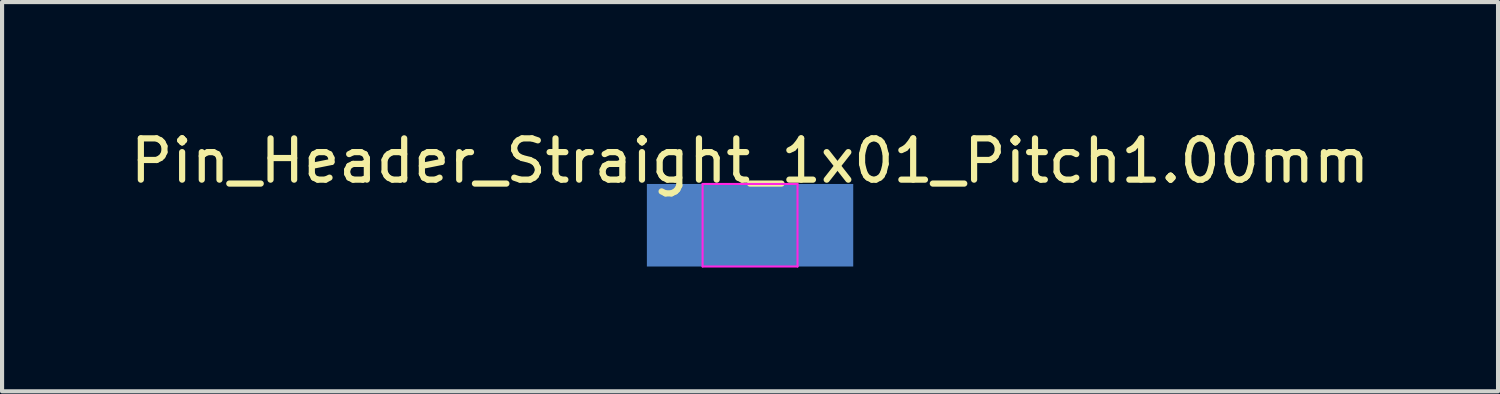
<source format=kicad_pcb>
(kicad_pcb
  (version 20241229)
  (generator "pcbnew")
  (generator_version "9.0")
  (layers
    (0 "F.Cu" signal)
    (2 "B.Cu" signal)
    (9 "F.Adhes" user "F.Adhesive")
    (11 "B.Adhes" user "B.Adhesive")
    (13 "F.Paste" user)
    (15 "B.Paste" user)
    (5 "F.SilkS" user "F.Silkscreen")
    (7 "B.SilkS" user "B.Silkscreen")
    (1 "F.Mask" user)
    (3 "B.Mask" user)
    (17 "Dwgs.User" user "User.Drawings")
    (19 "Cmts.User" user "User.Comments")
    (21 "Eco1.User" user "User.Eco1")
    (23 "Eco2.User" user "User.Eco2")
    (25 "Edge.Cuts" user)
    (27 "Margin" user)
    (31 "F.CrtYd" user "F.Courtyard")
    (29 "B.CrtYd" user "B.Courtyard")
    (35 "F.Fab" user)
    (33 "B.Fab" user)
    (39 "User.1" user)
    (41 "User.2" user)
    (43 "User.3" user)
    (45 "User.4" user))
  (footprint "Pin_Header_Straight_1x01_Pitch1.00mm"
    (layer "F.Cu")
    (at 15.125 2.408)
    (property "Reference" "Pin_Header_Straight_1x01_Pitch1.00mm" (at 0 -1.56 0) (layer "F.SilkS") (effects (font (size 1 1) (thickness 0.15))))
    (attr through_hole)
    (fp_line (start -1.15 -1) (end -1.15 1) (stroke (width 0.05) (type solid)) (layer "F.CrtYd"))
    (fp_line (start -1.15 1) (end 1.15 1) (stroke (width 0.05) (type solid)) (layer "F.CrtYd"))
    (fp_line (start 1.15 -1) (end -1.15 -1) (stroke (width 0.05) (type solid)) (layer "F.CrtYd"))
    (fp_line (start 1.15 1) (end 1.15 -1) (stroke (width 0.05) (type solid)) (layer "F.CrtYd"))
    (pad "1" smd rect (at 0 0) (size 5 2) (layers "B.Cu")))
  (gr_rect
    (start -3 -3)
    (end 33.25 6.433)
    (stroke (width 0.1) (type default))
    (fill no)
    (layer "Edge.Cuts")))
</source>
